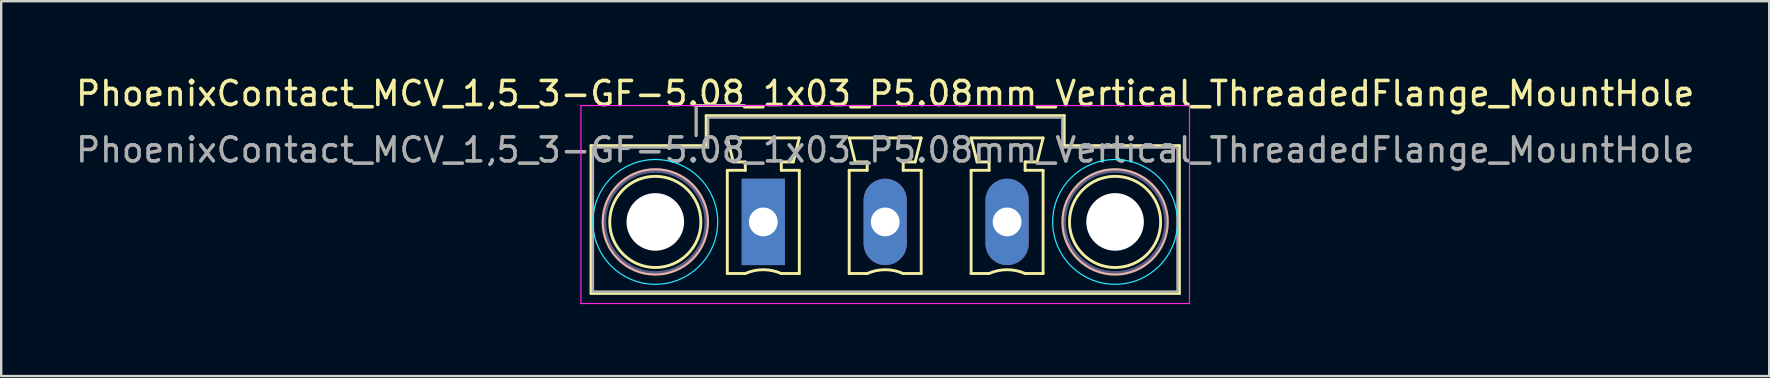
<source format=kicad_pcb>
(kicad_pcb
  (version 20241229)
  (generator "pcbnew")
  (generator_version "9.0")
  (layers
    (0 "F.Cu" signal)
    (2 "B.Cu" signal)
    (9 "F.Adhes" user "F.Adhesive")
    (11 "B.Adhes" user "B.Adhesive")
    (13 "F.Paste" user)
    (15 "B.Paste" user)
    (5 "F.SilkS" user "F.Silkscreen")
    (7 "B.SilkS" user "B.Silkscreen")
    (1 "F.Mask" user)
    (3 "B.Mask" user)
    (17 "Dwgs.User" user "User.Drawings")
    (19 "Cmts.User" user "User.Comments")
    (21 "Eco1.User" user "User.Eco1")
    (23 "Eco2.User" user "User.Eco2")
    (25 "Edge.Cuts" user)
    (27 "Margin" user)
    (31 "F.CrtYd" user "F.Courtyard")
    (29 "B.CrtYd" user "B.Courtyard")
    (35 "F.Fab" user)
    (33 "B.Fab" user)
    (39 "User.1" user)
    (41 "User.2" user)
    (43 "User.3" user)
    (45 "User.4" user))
  (footprint "PhoenixContact_MCV_1,5_3-GF-5.08_1x03_P5.08mm_Vertical_ThreadedFlange_MountHole"
    (layer "F.Cu")
    (at 28.759 6.198)
    (property "Reference" "PhoenixContact_MCV_1,5_3-GF-5.08_1x03_P5.08mm_Vertical_ThreadedFlange_MountHole" (at 5.08 -5.35 0) (layer "F.SilkS") (effects (font (size 1 1) (thickness 0.15))))
    (attr through_hole)
    (fp_line (start -7.18 -3.18) (end -7.18 2.98) (stroke (width 0.12) (type solid)) (layer "F.SilkS"))
    (fp_line (start -7.18 2.98) (end 17.34 2.98) (stroke (width 0.12) (type solid)) (layer "F.SilkS"))
    (fp_line (start -2.8 -4.85) (end -0.8 -4.85) (stroke (width 0.12) (type solid)) (layer "F.SilkS"))
    (fp_line (start -2.8 -3.6) (end -2.8 -4.85) (stroke (width 0.12) (type solid)) (layer "F.SilkS"))
    (fp_line (start -2.38 -4.43) (end -2.38 -3.18) (stroke (width 0.12) (type solid)) (layer "F.SilkS"))
    (fp_line (start -2.38 -3.18) (end -7.18 -3.18) (stroke (width 0.12) (type solid)) (layer "F.SilkS"))
    (fp_line (start -1.5 -3.5) (end 1.5 -3.5) (stroke (width 0.12) (type solid)) (layer "F.SilkS"))
    (fp_line (start -1.5 -2.15) (end -0.75 -2.15) (stroke (width 0.12) (type solid)) (layer "F.SilkS"))
    (fp_line (start -1.5 2.15) (end -1.5 -2.15) (stroke (width 0.12) (type solid)) (layer "F.SilkS"))
    (fp_line (start -1.25 -2.5) (end -1.5 -3.5) (stroke (width 0.12) (type solid)) (layer "F.SilkS"))
    (fp_line (start -0.75 -2.5) (end -1.25 -2.5) (stroke (width 0.12) (type solid)) (layer "F.SilkS"))
    (fp_line (start -0.75 -2.15) (end -0.75 -2.5) (stroke (width 0.12) (type solid)) (layer "F.SilkS"))
    (fp_line (start -0.75 2.15) (end -1.5 2.15) (stroke (width 0.12) (type solid)) (layer "F.SilkS"))
    (fp_line (start 0.75 -2.5) (end 0.75 -2.15) (stroke (width 0.12) (type solid)) (layer "F.SilkS"))
    (fp_line (start 0.75 -2.15) (end 1.5 -2.15) (stroke (width 0.12) (type solid)) (layer "F.SilkS"))
    (fp_line (start 1.25 -2.5) (end 0.75 -2.5) (stroke (width 0.12) (type solid)) (layer "F.SilkS"))
    (fp_line (start 1.5 -3.5) (end 1.25 -2.5) (stroke (width 0.12) (type solid)) (layer "F.SilkS"))
    (fp_line (start 1.5 -2.15) (end 1.5 2.15) (stroke (width 0.12) (type solid)) (layer "F.SilkS"))
    (fp_line (start 1.5 2.15) (end 0.75 2.15) (stroke (width 0.12) (type solid)) (layer "F.SilkS"))
    (fp_line (start 3.58 -3.5) (end 6.58 -3.5) (stroke (width 0.12) (type solid)) (layer "F.SilkS"))
    (fp_line (start 3.58 -2.15) (end 4.33 -2.15) (stroke (width 0.12) (type solid)) (layer "F.SilkS"))
    (fp_line (start 3.58 2.15) (end 3.58 -2.15) (stroke (width 0.12) (type solid)) (layer "F.SilkS"))
    (fp_line (start 3.83 -2.5) (end 3.58 -3.5) (stroke (width 0.12) (type solid)) (layer "F.SilkS"))
    (fp_line (start 4.33 -2.5) (end 3.83 -2.5) (stroke (width 0.12) (type solid)) (layer "F.SilkS"))
    (fp_line (start 4.33 -2.15) (end 4.33 -2.5) (stroke (width 0.12) (type solid)) (layer "F.SilkS"))
    (fp_line (start 4.33 2.15) (end 3.58 2.15) (stroke (width 0.12) (type solid)) (layer "F.SilkS"))
    (fp_line (start 5.83 -2.5) (end 5.83 -2.15) (stroke (width 0.12) (type solid)) (layer "F.SilkS"))
    (fp_line (start 5.83 -2.15) (end 6.58 -2.15) (stroke (width 0.12) (type solid)) (layer "F.SilkS"))
    (fp_line (start 6.33 -2.5) (end 5.83 -2.5) (stroke (width 0.12) (type solid)) (layer "F.SilkS"))
    (fp_line (start 6.58 -3.5) (end 6.33 -2.5) (stroke (width 0.12) (type solid)) (layer "F.SilkS"))
    (fp_line (start 6.58 -2.15) (end 6.58 2.15) (stroke (width 0.12) (type solid)) (layer "F.SilkS"))
    (fp_line (start 6.58 2.15) (end 5.83 2.15) (stroke (width 0.12) (type solid)) (layer "F.SilkS"))
    (fp_line (start 8.66 -3.5) (end 11.66 -3.5) (stroke (width 0.12) (type solid)) (layer "F.SilkS"))
    (fp_line (start 8.66 -2.15) (end 9.41 -2.15) (stroke (width 0.12) (type solid)) (layer "F.SilkS"))
    (fp_line (start 8.66 2.15) (end 8.66 -2.15) (stroke (width 0.12) (type solid)) (layer "F.SilkS"))
    (fp_line (start 8.91 -2.5) (end 8.66 -3.5) (stroke (width 0.12) (type solid)) (layer "F.SilkS"))
    (fp_line (start 9.41 -2.5) (end 8.91 -2.5) (stroke (width 0.12) (type solid)) (layer "F.SilkS"))
    (fp_line (start 9.41 -2.15) (end 9.41 -2.5) (stroke (width 0.12) (type solid)) (layer "F.SilkS"))
    (fp_line (start 9.41 2.15) (end 8.66 2.15) (stroke (width 0.12) (type solid)) (layer "F.SilkS"))
    (fp_line (start 10.91 -2.5) (end 10.91 -2.15) (stroke (width 0.12) (type solid)) (layer "F.SilkS"))
    (fp_line (start 10.91 -2.15) (end 11.66 -2.15) (stroke (width 0.12) (type solid)) (layer "F.SilkS"))
    (fp_line (start 11.41 -2.5) (end 10.91 -2.5) (stroke (width 0.12) (type solid)) (layer "F.SilkS"))
    (fp_line (start 11.66 -3.5) (end 11.41 -2.5) (stroke (width 0.12) (type solid)) (layer "F.SilkS"))
    (fp_line (start 11.66 -2.15) (end 11.66 2.15) (stroke (width 0.12) (type solid)) (layer "F.SilkS"))
    (fp_line (start 11.66 2.15) (end 10.91 2.15) (stroke (width 0.12) (type solid)) (layer "F.SilkS"))
    (fp_line (start 12.54 -4.43) (end -2.38 -4.43) (stroke (width 0.12) (type solid)) (layer "F.SilkS"))
    (fp_line (start 12.54 -3.18) (end 12.54 -4.43) (stroke (width 0.12) (type solid)) (layer "F.SilkS"))
    (fp_line (start 17.34 -3.18) (end 12.54 -3.18) (stroke (width 0.12) (type solid)) (layer "F.SilkS"))
    (fp_line (start 17.34 2.98) (end 17.34 -3.18) (stroke (width 0.12) (type solid)) (layer "F.SilkS"))
    (fp_arc (start -0.75 2.15) (mid -0.000193 1.99191) (end 0.749647 2.149844) (stroke (width 0.12) (type solid)) (layer "F.SilkS"))
    (fp_arc (start 4.33 2.15) (mid 5.079807 1.99191) (end 5.829647 2.149844) (stroke (width 0.12) (type solid)) (layer "F.SilkS"))
    (fp_arc (start 9.41 2.15) (mid 10.159807 1.99191) (end 10.909647 2.149844) (stroke (width 0.12) (type solid)) (layer "F.SilkS"))
    (fp_circle (center -4.5 0) (end -2.6 0) (stroke (width 0.12) (type solid)) (fill no) (layer "F.SilkS"))
    (fp_circle (center 14.66 0) (end 16.56 0) (stroke (width 0.12) (type solid)) (fill no) (layer "F.SilkS"))
    (fp_circle (center -4.5 0) (end -2.32 0) (stroke (width 0.12) (type solid)) (fill no) (layer "B.SilkS"))
    (fp_circle (center 14.66 0) (end 16.84 0) (stroke (width 0.12) (type solid)) (fill no) (layer "B.SilkS"))
    (fp_circle (center -4.5 0) (end -1.9 0) (stroke (width 0.05) (type solid)) (fill no) (layer "B.CrtYd"))
    (fp_circle (center 14.66 0) (end 17.26 0) (stroke (width 0.05) (type solid)) (fill no) (layer "B.CrtYd"))
    (fp_line (start -7.6 -4.85) (end -7.6 3.4) (stroke (width 0.05) (type solid)) (layer "F.CrtYd"))
    (fp_line (start -7.6 3.4) (end 17.76 3.4) (stroke (width 0.05) (type solid)) (layer "F.CrtYd"))
    (fp_line (start 17.76 -4.85) (end -7.6 -4.85) (stroke (width 0.05) (type solid)) (layer "F.CrtYd"))
    (fp_line (start 17.76 3.4) (end 17.76 -4.85) (stroke (width 0.05) (type solid)) (layer "F.CrtYd"))
    (fp_circle (center -4.5 0) (end -2.4 0) (stroke (width 0.1) (type solid)) (fill no) (layer "B.Fab"))
    (fp_circle (center 14.66 0) (end 16.76 0) (stroke (width 0.1) (type solid)) (fill no) (layer "B.Fab"))
    (fp_line (start -7.1 -3.1) (end -7.1 2.9) (stroke (width 0.1) (type solid)) (layer "F.Fab"))
    (fp_line (start -7.1 2.9) (end 17.26 2.9) (stroke (width 0.1) (type solid)) (layer "F.Fab"))
    (fp_line (start -2.8 -4.85) (end -0.8 -4.85) (stroke (width 0.1) (type solid)) (layer "F.Fab"))
    (fp_line (start -2.8 -3.6) (end -2.8 -4.85) (stroke (width 0.1) (type solid)) (layer "F.Fab"))
    (fp_line (start -2.3 -4.35) (end -2.3 -3.1) (stroke (width 0.1) (type solid)) (layer "F.Fab"))
    (fp_line (start -2.3 -3.1) (end -7.1 -3.1) (stroke (width 0.1) (type solid)) (layer "F.Fab"))
    (fp_line (start 12.46 -4.35) (end -2.3 -4.35) (stroke (width 0.1) (type solid)) (layer "F.Fab"))
    (fp_line (start 12.46 -3.1) (end 12.46 -4.35) (stroke (width 0.1) (type solid)) (layer "F.Fab"))
    (fp_line (start 17.26 -3.1) (end 12.46 -3.1) (stroke (width 0.1) (type solid)) (layer "F.Fab"))
    (fp_line (start 17.26 2.9) (end 17.26 -3.1) (stroke (width 0.1) (type solid)) (layer "F.Fab"))
    (fp_text user "${REFERENCE}" (at 5.08 -3 0) (layer "F.Fab") (effects (font (size 1 1) (thickness 0.15))))
    (pad "" np_thru_hole circle (at -4.5 0) (size 2.4 2.4) (drill 2.4) (layers "*.Cu" "*.Mask"))
    (pad "" np_thru_hole circle (at 14.66 0) (size 2.4 2.4) (drill 2.4) (layers "*.Cu" "*.Mask"))
    (pad "1" thru_hole rect (at 0 0) (size 1.8 3.6) (drill 1.2) (layers "*.Cu" "*.Mask"))
    (pad "2" thru_hole oval (at 5.08 0) (size 1.8 3.6) (drill 1.2) (layers "*.Cu" "*.Mask"))
    (pad "3" thru_hole oval (at 10.16 0) (size 1.8 3.6) (drill 1.2) (layers "*.Cu" "*.Mask")))
  (gr_rect
    (start -3 -3)
    (end 70.679 12.623)
    (stroke (width 0.1) (type default))
    (fill no)
    (layer "Edge.Cuts")))
</source>
